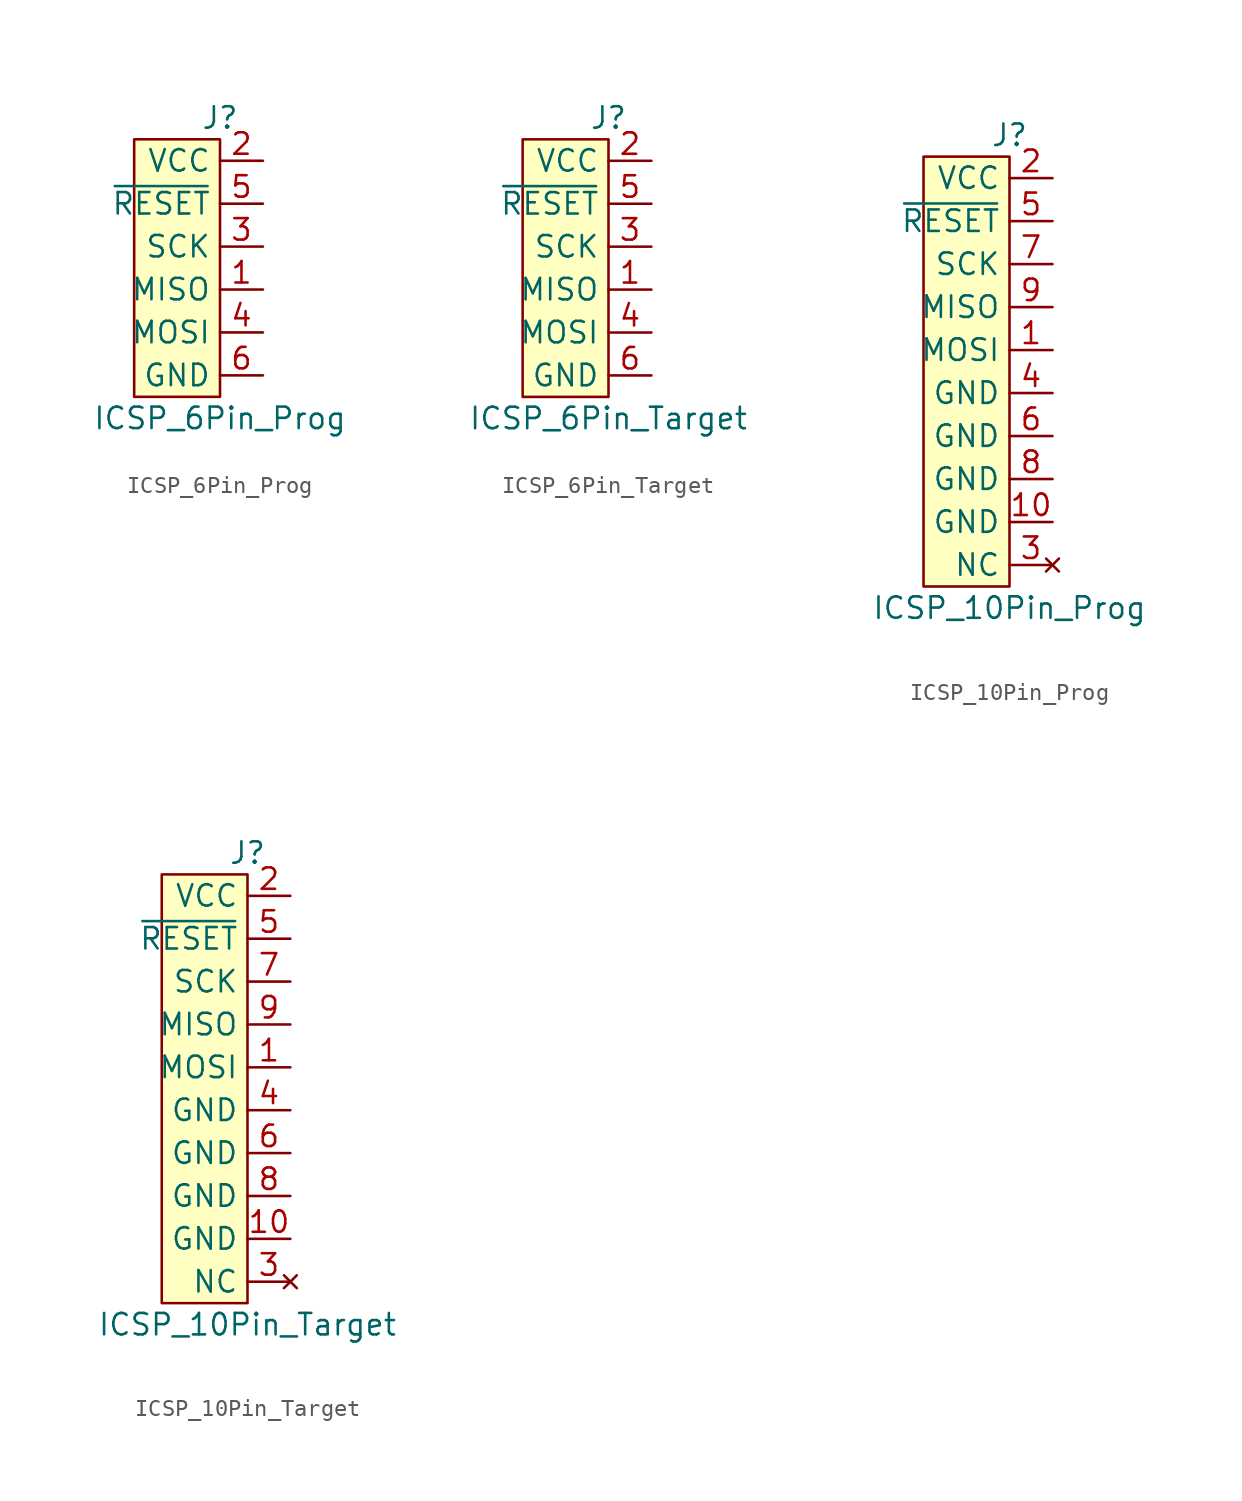
<source format=kicad_sym>
(kicad_symbol_lib
  (version 20220914)
  (generator kicad_symbol_editor)
  (symbol "ICSP_6Pin_Prog"
    (property "Reference" "J"
      (at 0 8.89 0)
      (effects (font (size 1.27 1.27))))
    (property "Value" "ICSP_6Pin_Prog"
      (at 0 -8.89 0)
      (effects (font (size 1.27 1.27))))
    (symbol "ICSP_6Pin_Prog_1_1"
      (rectangle (start -5.08 7.62) (end 0 -7.62) (stroke (width 0) (type default)) (fill (type background)))
      (pin output line (at 2.54 -1.27 180) (length 2.54) (name "MISO" (effects (font (size 1.27 1.27)))) (number "1" (effects (font (size 1.27 1.27)))))
      (pin power_in line (at 2.54 6.35 180) (length 2.54) (name "VCC" (effects (font (size 1.27 1.27)))) (number "2" (effects (font (size 1.27 1.27)))))
      (pin input line (at 2.54 1.27 180) (length 2.54) (name "SCK" (effects (font (size 1.27 1.27)))) (number "3" (effects (font (size 1.27 1.27)))))
      (pin input line (at 2.54 -3.81 180) (length 2.54) (name "MOSI" (effects (font (size 1.27 1.27)))) (number "4" (effects (font (size 1.27 1.27)))))
      (pin input line (at 2.54 3.81 180) (length 2.54) (name "~{RESET}" (effects (font (size 1.27 1.27)))) (number "5" (effects (font (size 1.27 1.27)))))
      (pin power_in line (at 2.54 -6.35 180) (length 2.54) (name "GND" (effects (font (size 1.27 1.27)))) (number "6" (effects (font (size 1.27 1.27)))))))
  (symbol "ICSP_6Pin_Target"
    (property "Reference" "J"
      (at 0 8.89 0)
      (effects (font (size 1.27 1.27))))
    (property "Value" "ICSP_6Pin_Target"
      (at 0 -8.89 0)
      (effects (font (size 1.27 1.27))))
    (symbol "ICSP_6Pin_Target_1_1"
      (rectangle (start -5.08 7.62) (end 0 -7.62) (stroke (width 0) (type default)) (fill (type background)))
      (pin input line (at 2.54 -1.27 180) (length 2.54) (name "MISO" (effects (font (size 1.27 1.27)))) (number "1" (effects (font (size 1.27 1.27)))))
      (pin power_out line (at 2.54 6.35 180) (length 2.54) (name "VCC" (effects (font (size 1.27 1.27)))) (number "2" (effects (font (size 1.27 1.27)))))
      (pin output line (at 2.54 1.27 180) (length 2.54) (name "SCK" (effects (font (size 1.27 1.27)))) (number "3" (effects (font (size 1.27 1.27)))))
      (pin output line (at 2.54 -3.81 180) (length 2.54) (name "MOSI" (effects (font (size 1.27 1.27)))) (number "4" (effects (font (size 1.27 1.27)))))
      (pin output line (at 2.54 3.81 180) (length 2.54) (name "~{RESET}" (effects (font (size 1.27 1.27)))) (number "5" (effects (font (size 1.27 1.27)))))
      (pin power_in line (at 2.54 -6.35 180) (length 2.54) (name "GND" (effects (font (size 1.27 1.27)))) (number "6" (effects (font (size 1.27 1.27)))))))
  (symbol "ICSP_10Pin_Prog"
    (property "Reference" "J"
      (at 0 13.97 0)
      (effects (font (size 1.27 1.27))))
    (property "Value" "ICSP_10Pin_Prog"
      (at 0 -13.97 0)
      (effects (font (size 1.27 1.27))))
    (symbol "ICSP_10Pin_Prog_1_1"
      (rectangle (start -5.08 12.7) (end 0 -12.7) (stroke (width 0) (type default)) (fill (type background)))
      (pin input line (at 2.54 1.27 180) (length 2.54) (name "MOSI" (effects (font (size 1.27 1.27)))) (number "1" (effects (font (size 1.27 1.27)))))
      (pin power_in line (at 2.54 -8.89 180) (length 2.54) (name "GND" (effects (font (size 1.27 1.27)))) (number "10" (effects (font (size 1.27 1.27)))))
      (pin power_in line (at 2.54 11.43 180) (length 2.54) (name "VCC" (effects (font (size 1.27 1.27)))) (number "2" (effects (font (size 1.27 1.27)))))
      (pin no_connect line (at 2.54 -11.43 180) (length 2.54) (name "NC" (effects (font (size 1.27 1.27)))) (number "3" (effects (font (size 1.27 1.27)))))
      (pin power_in line (at 2.54 -1.27 180) (length 2.54) (name "GND" (effects (font (size 1.27 1.27)))) (number "4" (effects (font (size 1.27 1.27)))))
      (pin input line (at 2.54 8.89 180) (length 2.54) (name "~{RESET}" (effects (font (size 1.27 1.27)))) (number "5" (effects (font (size 1.27 1.27)))))
      (pin power_in line (at 2.54 -3.81 180) (length 2.54) (name "GND" (effects (font (size 1.27 1.27)))) (number "6" (effects (font (size 1.27 1.27)))))
      (pin input line (at 2.54 6.35 180) (length 2.54) (name "SCK" (effects (font (size 1.27 1.27)))) (number "7" (effects (font (size 1.27 1.27)))))
      (pin power_in line (at 2.54 -6.35 180) (length 2.54) (name "GND" (effects (font (size 1.27 1.27)))) (number "8" (effects (font (size 1.27 1.27)))))
      (pin output line (at 2.54 3.81 180) (length 2.54) (name "MISO" (effects (font (size 1.27 1.27)))) (number "9" (effects (font (size 1.27 1.27)))))))
  (symbol "ICSP_10Pin_Target"
    (property "Reference" "J"
      (at 0 13.97 0)
      (effects (font (size 1.27 1.27))))
    (property "Value" "ICSP_10Pin_Target"
      (at 0 -13.97 0)
      (effects (font (size 1.27 1.27))))
    (symbol "ICSP_10Pin_Target_1_1"
      (rectangle (start -5.08 12.7) (end 0 -12.7) (stroke (width 0) (type default)) (fill (type background)))
      (pin output line (at 2.54 1.27 180) (length 2.54) (name "MOSI" (effects (font (size 1.27 1.27)))) (number "1" (effects (font (size 1.27 1.27)))))
      (pin power_in line (at 2.54 -8.89 180) (length 2.54) (name "GND" (effects (font (size 1.27 1.27)))) (number "10" (effects (font (size 1.27 1.27)))))
      (pin power_out line (at 2.54 11.43 180) (length 2.54) (name "VCC" (effects (font (size 1.27 1.27)))) (number "2" (effects (font (size 1.27 1.27)))))
      (pin no_connect line (at 2.54 -11.43 180) (length 2.54) (name "NC" (effects (font (size 1.27 1.27)))) (number "3" (effects (font (size 1.27 1.27)))))
      (pin power_in line (at 2.54 -1.27 180) (length 2.54) (name "GND" (effects (font (size 1.27 1.27)))) (number "4" (effects (font (size 1.27 1.27)))))
      (pin output line (at 2.54 8.89 180) (length 2.54) (name "~{RESET}" (effects (font (size 1.27 1.27)))) (number "5" (effects (font (size 1.27 1.27)))))
      (pin power_in line (at 2.54 -3.81 180) (length 2.54) (name "GND" (effects (font (size 1.27 1.27)))) (number "6" (effects (font (size 1.27 1.27)))))
      (pin output line (at 2.54 6.35 180) (length 2.54) (name "SCK" (effects (font (size 1.27 1.27)))) (number "7" (effects (font (size 1.27 1.27)))))
      (pin power_in line (at 2.54 -6.35 180) (length 2.54) (name "GND" (effects (font (size 1.27 1.27)))) (number "8" (effects (font (size 1.27 1.27)))))
      (pin input line (at 2.54 3.81 180) (length 2.54) (name "MISO" (effects (font (size 1.27 1.27)))) (number "9" (effects (font (size 1.27 1.27))))))))
</source>
